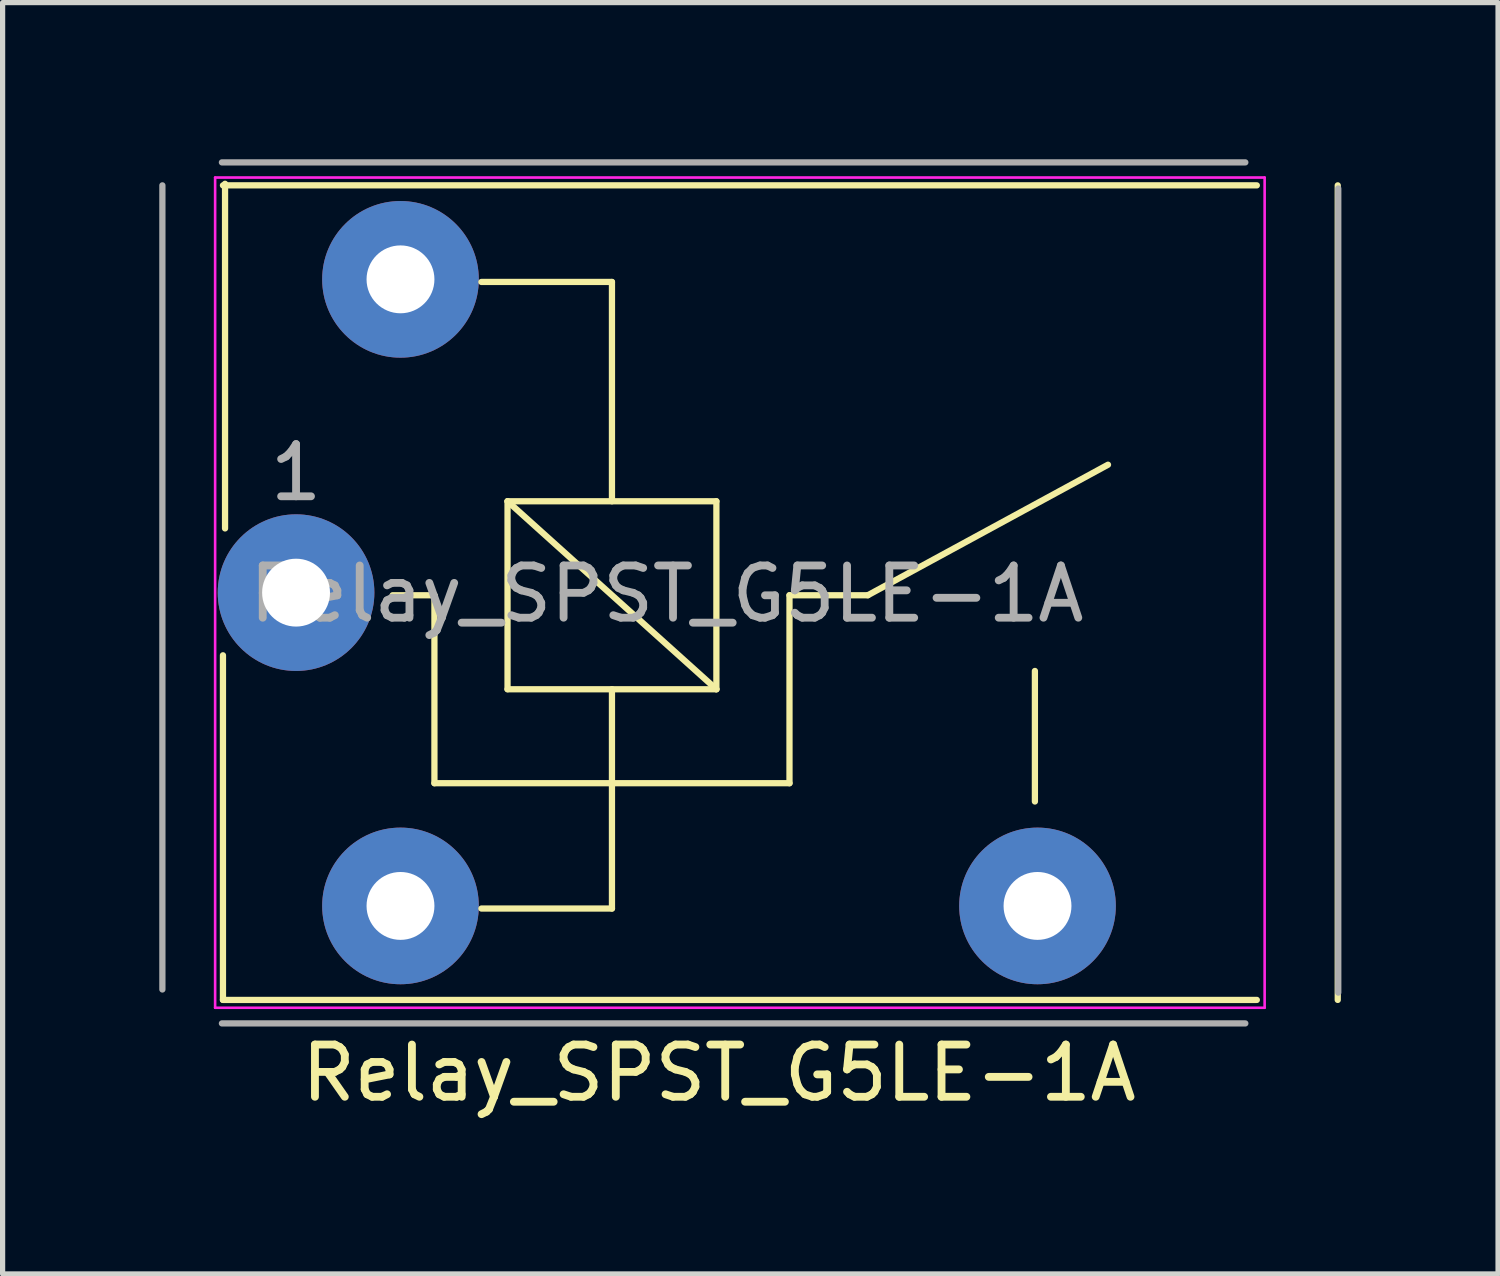
<source format=kicad_pcb>
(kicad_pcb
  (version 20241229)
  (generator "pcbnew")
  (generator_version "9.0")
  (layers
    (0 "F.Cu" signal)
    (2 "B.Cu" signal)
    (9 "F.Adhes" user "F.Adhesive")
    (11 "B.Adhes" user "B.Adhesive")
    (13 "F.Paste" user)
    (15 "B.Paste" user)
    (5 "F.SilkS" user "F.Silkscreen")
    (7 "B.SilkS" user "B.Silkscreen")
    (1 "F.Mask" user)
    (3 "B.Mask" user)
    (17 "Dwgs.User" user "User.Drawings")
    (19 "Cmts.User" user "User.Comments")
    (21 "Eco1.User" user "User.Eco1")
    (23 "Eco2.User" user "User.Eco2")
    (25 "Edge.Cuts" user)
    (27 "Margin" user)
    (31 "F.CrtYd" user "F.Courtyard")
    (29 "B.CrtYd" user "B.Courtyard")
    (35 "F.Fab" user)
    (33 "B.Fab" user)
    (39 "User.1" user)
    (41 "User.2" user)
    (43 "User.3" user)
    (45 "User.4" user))
  (footprint "Relay_SPST_G5LE-1A"
    (layer "F.Cu")
    (at 2.62 8.3)
    (property "Reference" "Relay_SPST_G5LE-1A" (at 8.1 9.2 0) (layer "F.SilkS") (effects (font (size 1 1) (thickness 0.15))))
    (attr through_hole)
    (fp_line (start -1.4 -7.8) (end 18.4 -7.8) (stroke (width 0.12) (type solid)) (layer "F.SilkS"))
    (fp_line (start -1.4 1.2) (end -1.4 7.8) (stroke (width 0.12) (type solid)) (layer "F.SilkS"))
    (fp_line (start -1.36 -7.83) (end -1.36 -1.23) (stroke (width 0.12) (type solid)) (layer "F.SilkS"))
    (fp_line (start 2.65 0.05) (end 1.85 0.05) (stroke (width 0.12) (type solid)) (layer "F.SilkS"))
    (fp_line (start 2.65 0.05) (end 2.65 3.65) (stroke (width 0.12) (type solid)) (layer "F.SilkS"))
    (fp_line (start 3.55 6.05) (end 6.05 6.05) (stroke (width 0.12) (type solid)) (layer "F.SilkS"))
    (fp_line (start 4.05 -1.75) (end 8.05 -1.75) (stroke (width 0.12) (type solid)) (layer "F.SilkS"))
    (fp_line (start 4.05 1.85) (end 4.05 -1.75) (stroke (width 0.12) (type solid)) (layer "F.SilkS"))
    (fp_line (start 6.05 -5.95) (end 3.55 -5.95) (stroke (width 0.12) (type solid)) (layer "F.SilkS"))
    (fp_line (start 6.05 -5.95) (end 6.05 -1.75) (stroke (width 0.12) (type solid)) (layer "F.SilkS"))
    (fp_line (start 6.05 1.85) (end 6.05 6.05) (stroke (width 0.12) (type solid)) (layer "F.SilkS"))
    (fp_line (start 8.05 -1.75) (end 8.05 1.85) (stroke (width 0.12) (type solid)) (layer "F.SilkS"))
    (fp_line (start 8.05 1.85) (end 4.05 -1.75) (stroke (width 0.12) (type solid)) (layer "F.SilkS"))
    (fp_line (start 8.05 1.85) (end 4.05 1.85) (stroke (width 0.12) (type solid)) (layer "F.SilkS"))
    (fp_line (start 9.45 0.05) (end 9.45 3.65) (stroke (width 0.12) (type solid)) (layer "F.SilkS"))
    (fp_line (start 9.45 0.05) (end 10.95 0.05) (stroke (width 0.12) (type solid)) (layer "F.SilkS"))
    (fp_line (start 9.45 3.65) (end 2.65 3.65) (stroke (width 0.12) (type solid)) (layer "F.SilkS"))
    (fp_line (start 10.95 0.05) (end 15.55 -2.45) (stroke (width 0.12) (type solid)) (layer "F.SilkS"))
    (fp_line (start 14.15 1.5) (end 14.15 4) (stroke (width 0.12) (type solid)) (layer "F.SilkS"))
    (fp_line (start 18.4 7.8) (end -1.4 7.8) (stroke (width 0.12) (type solid)) (layer "F.SilkS"))
    (fp_line (start 19.95 -7.8) (end 19.95 7.8) (stroke (width 0.12) (type solid)) (layer "F.SilkS"))
    (fp_line (start -1.55 7.95) (end -1.55 -7.95) (stroke (width 0.05) (type solid)) (layer "F.CrtYd"))
    (fp_line (start -1.55 7.95) (end 18.55 7.95) (stroke (width 0.05) (type solid)) (layer "F.CrtYd"))
    (fp_line (start 18.55 -7.95) (end -1.55 -7.95) (stroke (width 0.05) (type solid)) (layer "F.CrtYd"))
    (fp_line (start 18.55 -7.95) (end 18.55 7.95) (stroke (width 0.05) (type solid)) (layer "F.CrtYd"))
    (fp_line (start -2.56 7.6) (end -2.56 -7.8) (stroke (width 0.12) (type solid)) (layer "F.Fab"))
    (fp_line (start -1.42 -8.24) (end 18.18 -8.24) (stroke (width 0.12) (type solid)) (layer "F.Fab"))
    (fp_line (start 18.18 8.25) (end -1.42 8.25) (stroke (width 0.12) (type solid)) (layer "F.Fab"))
    (fp_line (start 19.96 -7.74) (end 19.96 7.66) (stroke (width 0.12) (type solid)) (layer "F.Fab"))
    (fp_text user "${REFERENCE}" (at 7.1 0.025 0) (layer "F.Fab") (effects (font (size 1 1) (thickness 0.15))))
    (fp_text user "1" (at 0 -2.3 0) (layer "F.Fab") (effects (font (size 1 1) (thickness 0.15))))
    (pad "1" thru_hole circle (at 2 -6 90) (size 3 3) (drill 1.3) (layers "*.Cu" "*.Mask"))
    (pad "2" thru_hole circle (at 2 6 90) (size 3 3) (drill 1.3) (layers "*.Cu" "*.Mask"))
    (pad "3" thru_hole circle (at 0 0 90) (size 3 3) (drill 1.3) (layers "*.Cu" "*.Mask"))
    (pad "4" thru_hole circle (at 14.2 6 90) (size 3 3) (drill 1.3) (layers "*.Cu" "*.Mask")))
  (gr_rect
    (start -3 -3)
    (end 25.64 21.348)
    (stroke (width 0.1) (type default))
    (fill no)
    (layer "Edge.Cuts")))
</source>
